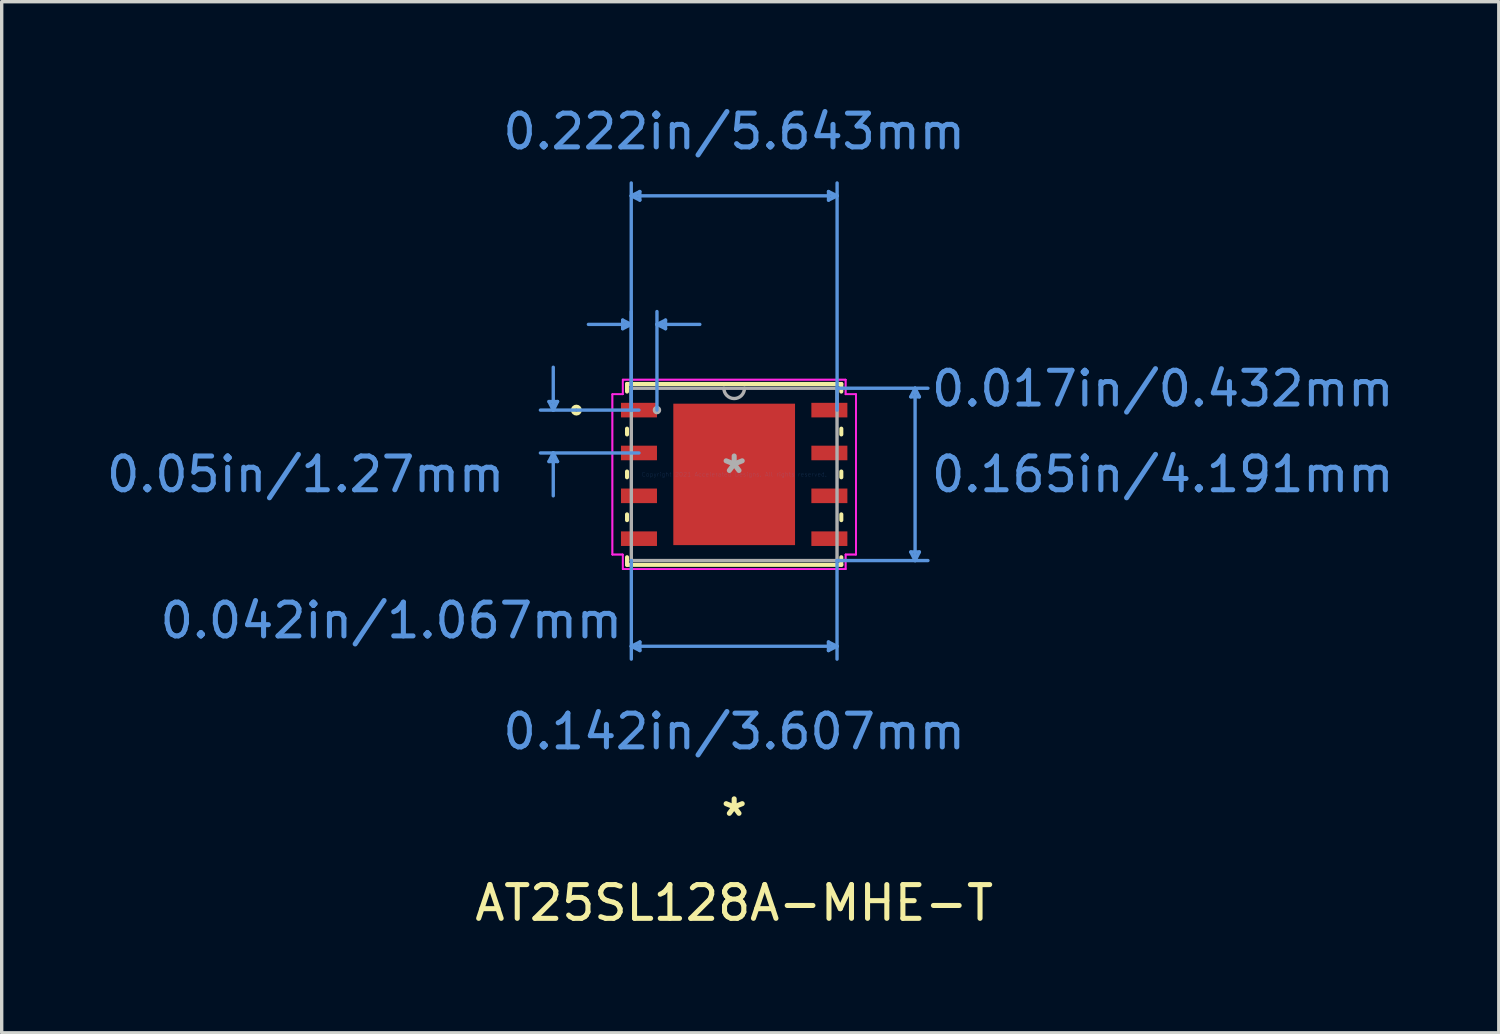
<source format=kicad_pcb>
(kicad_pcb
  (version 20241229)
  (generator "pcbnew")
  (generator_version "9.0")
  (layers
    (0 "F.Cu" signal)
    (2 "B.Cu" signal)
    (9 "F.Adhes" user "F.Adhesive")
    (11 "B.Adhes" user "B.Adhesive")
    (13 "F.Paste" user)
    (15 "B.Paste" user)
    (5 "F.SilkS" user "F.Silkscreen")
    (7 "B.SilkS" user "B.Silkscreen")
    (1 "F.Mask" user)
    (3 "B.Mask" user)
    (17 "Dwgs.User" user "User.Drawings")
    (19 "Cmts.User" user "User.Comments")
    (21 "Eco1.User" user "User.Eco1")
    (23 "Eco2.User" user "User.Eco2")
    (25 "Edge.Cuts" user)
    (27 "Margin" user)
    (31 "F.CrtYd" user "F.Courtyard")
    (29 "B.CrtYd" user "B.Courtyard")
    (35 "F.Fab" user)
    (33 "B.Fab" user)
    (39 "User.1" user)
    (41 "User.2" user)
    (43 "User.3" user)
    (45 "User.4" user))
  (footprint "AT25SL128A-MHE-T"
    (layer "F.Cu")
    (at 18.706 11.008)
    (property "Reference" "AT25SL128A-MHE-T" (at 0 12.7 0) (layer "F.SilkS") (effects (font (size 1 1) (thickness 0.15))))
    (attr through_hole)
    (fp_line (start -3.175 -2.68) (end -3.175 -2.454) (stroke (width 0.12) (type solid)) (layer "F.SilkS"))
    (fp_line (start -3.175 -1.356) (end -3.175 -1.184) (stroke (width 0.12) (type solid)) (layer "F.SilkS"))
    (fp_line (start -3.175 -0.086) (end -3.175 0.086) (stroke (width 0.12) (type solid)) (layer "F.SilkS"))
    (fp_line (start -3.175 1.184) (end -3.175 1.356) (stroke (width 0.12) (type solid)) (layer "F.SilkS"))
    (fp_line (start -3.175 2.454) (end -3.175 2.68) (stroke (width 0.12) (type solid)) (layer "F.SilkS"))
    (fp_line (start -3.175 2.68) (end 3.175 2.68) (stroke (width 0.12) (type solid)) (layer "F.SilkS"))
    (fp_line (start 3.175 -2.68) (end -3.175 -2.68) (stroke (width 0.12) (type solid)) (layer "F.SilkS"))
    (fp_line (start 3.175 -2.454) (end 3.175 -2.68) (stroke (width 0.12) (type solid)) (layer "F.SilkS"))
    (fp_line (start 3.175 -1.184) (end 3.175 -1.356) (stroke (width 0.12) (type solid)) (layer "F.SilkS"))
    (fp_line (start 3.175 0.086) (end 3.175 -0.086) (stroke (width 0.12) (type solid)) (layer "F.SilkS"))
    (fp_line (start 3.175 1.356) (end 3.175 1.184) (stroke (width 0.12) (type solid)) (layer "F.SilkS"))
    (fp_line (start 3.175 2.68) (end 3.175 2.454) (stroke (width 0.12) (type solid)) (layer "F.SilkS"))
    (fp_circle (center -4.676 -1.905) (end -4.574 -1.905) (stroke (width 0.12) (type solid)) (fill no) (layer "F.SilkS"))
    (fp_poly (pts (xy -1.703 -1.996) (xy -1.703 -0.798) (xy -0.1 -0.798) (xy -0.1 -1.996)) (stroke (width 0.1) (type solid)) (fill yes) (layer "F.Paste"))
    (fp_poly (pts (xy -1.703 -0.599) (xy -1.703 0.599) (xy -0.1 0.599) (xy -0.1 -0.599)) (stroke (width 0.1) (type solid)) (fill yes) (layer "F.Paste"))
    (fp_poly (pts (xy -1.703 0.798) (xy -1.703 1.996) (xy -0.1 1.996) (xy -0.1 0.798)) (stroke (width 0.1) (type solid)) (fill yes) (layer "F.Paste"))
    (fp_poly (pts (xy 0.1 -1.996) (xy 0.1 -0.798) (xy 1.703 -0.798) (xy 1.703 -1.996)) (stroke (width 0.1) (type solid)) (fill yes) (layer "F.Paste"))
    (fp_poly (pts (xy 0.1 -0.599) (xy 0.1 0.599) (xy 1.703 0.599) (xy 1.703 -0.599)) (stroke (width 0.1) (type solid)) (fill yes) (layer "F.Paste"))
    (fp_poly (pts (xy 0.1 0.798) (xy 0.1 1.996) (xy 1.703 1.996) (xy 1.703 0.798)) (stroke (width 0.1) (type solid)) (fill yes) (layer "F.Paste"))
    (fp_line (start -5.488 -2.159) (end -5.234 -2.159) (stroke (width 0.1) (type solid)) (layer "Cmts.User"))
    (fp_line (start -5.488 -0.381) (end -5.234 -0.381) (stroke (width 0.1) (type solid)) (layer "Cmts.User"))
    (fp_line (start -5.361 -1.905) (end -5.488 -2.159) (stroke (width 0.1) (type solid)) (layer "Cmts.User"))
    (fp_line (start -5.361 -1.905) (end -5.361 -3.175) (stroke (width 0.1) (type solid)) (layer "Cmts.User"))
    (fp_line (start -5.361 -1.905) (end -5.234 -2.159) (stroke (width 0.1) (type solid)) (layer "Cmts.User"))
    (fp_line (start -5.361 -0.635) (end -5.488 -0.381) (stroke (width 0.1) (type solid)) (layer "Cmts.User"))
    (fp_line (start -5.361 -0.635) (end -5.361 0.635) (stroke (width 0.1) (type solid)) (layer "Cmts.User"))
    (fp_line (start -5.361 -0.635) (end -5.234 -0.381) (stroke (width 0.1) (type solid)) (layer "Cmts.User"))
    (fp_line (start -3.304 -4.572) (end -3.304 -4.318) (stroke (width 0.1) (type solid)) (layer "Cmts.User"))
    (fp_line (start -3.05 -8.255) (end -2.796 -8.382) (stroke (width 0.1) (type solid)) (layer "Cmts.User"))
    (fp_line (start -3.05 -8.255) (end -2.796 -8.128) (stroke (width 0.1) (type solid)) (layer "Cmts.User"))
    (fp_line (start -3.05 -8.255) (end 3.05 -8.255) (stroke (width 0.1) (type solid)) (layer "Cmts.User"))
    (fp_line (start -3.05 -4.445) (end -4.32 -4.445) (stroke (width 0.1) (type solid)) (layer "Cmts.User"))
    (fp_line (start -3.05 -4.445) (end -3.304 -4.572) (stroke (width 0.1) (type solid)) (layer "Cmts.User"))
    (fp_line (start -3.05 -4.445) (end -3.304 -4.318) (stroke (width 0.1) (type solid)) (layer "Cmts.User"))
    (fp_line (start -3.05 -1.905) (end -3.05 -8.636) (stroke (width 0.1) (type solid)) (layer "Cmts.User"))
    (fp_line (start -3.05 -1.905) (end -3.05 -4.826) (stroke (width 0.1) (type solid)) (layer "Cmts.User"))
    (fp_line (start -3.048 2.553) (end -3.048 5.474) (stroke (width 0.1) (type solid)) (layer "Cmts.User"))
    (fp_line (start -3.048 5.093) (end -2.794 4.966) (stroke (width 0.1) (type solid)) (layer "Cmts.User"))
    (fp_line (start -3.048 5.093) (end -2.794 5.22) (stroke (width 0.1) (type solid)) (layer "Cmts.User"))
    (fp_line (start -3.048 5.093) (end 3.048 5.093) (stroke (width 0.1) (type solid)) (layer "Cmts.User"))
    (fp_line (start -2.821 -1.905) (end -5.742 -1.905) (stroke (width 0.1) (type solid)) (layer "Cmts.User"))
    (fp_line (start -2.821 -0.635) (end -5.742 -0.635) (stroke (width 0.1) (type solid)) (layer "Cmts.User"))
    (fp_line (start -2.796 -8.382) (end -2.796 -8.128) (stroke (width 0.1) (type solid)) (layer "Cmts.User"))
    (fp_line (start -2.794 4.966) (end -2.794 5.22) (stroke (width 0.1) (type solid)) (layer "Cmts.User"))
    (fp_line (start -2.288 -4.445) (end -2.034 -4.572) (stroke (width 0.1) (type solid)) (layer "Cmts.User"))
    (fp_line (start -2.288 -4.445) (end -2.034 -4.318) (stroke (width 0.1) (type solid)) (layer "Cmts.User"))
    (fp_line (start -2.288 -4.445) (end -1.018 -4.445) (stroke (width 0.1) (type solid)) (layer "Cmts.User"))
    (fp_line (start -2.288 -1.905) (end -2.288 -4.826) (stroke (width 0.1) (type solid)) (layer "Cmts.User"))
    (fp_line (start -2.034 -4.572) (end -2.034 -4.318) (stroke (width 0.1) (type solid)) (layer "Cmts.User"))
    (fp_line (start 2.794 4.966) (end 2.794 5.22) (stroke (width 0.1) (type solid)) (layer "Cmts.User"))
    (fp_line (start 2.796 -8.382) (end 2.796 -8.128) (stroke (width 0.1) (type solid)) (layer "Cmts.User"))
    (fp_line (start 3.048 -2.553) (end 5.742 -2.553) (stroke (width 0.1) (type solid)) (layer "Cmts.User"))
    (fp_line (start 3.048 2.553) (end 3.048 5.474) (stroke (width 0.1) (type solid)) (layer "Cmts.User"))
    (fp_line (start 3.048 2.553) (end 5.742 2.553) (stroke (width 0.1) (type solid)) (layer "Cmts.User"))
    (fp_line (start 3.048 5.093) (end 2.794 4.966) (stroke (width 0.1) (type solid)) (layer "Cmts.User"))
    (fp_line (start 3.048 5.093) (end 2.794 5.22) (stroke (width 0.1) (type solid)) (layer "Cmts.User"))
    (fp_line (start 3.05 -8.255) (end 2.796 -8.382) (stroke (width 0.1) (type solid)) (layer "Cmts.User"))
    (fp_line (start 3.05 -8.255) (end 2.796 -8.128) (stroke (width 0.1) (type solid)) (layer "Cmts.User"))
    (fp_line (start 3.05 -1.905) (end 3.05 -8.636) (stroke (width 0.1) (type solid)) (layer "Cmts.User"))
    (fp_line (start 5.234 -2.299) (end 5.488 -2.299) (stroke (width 0.1) (type solid)) (layer "Cmts.User"))
    (fp_line (start 5.234 2.299) (end 5.488 2.299) (stroke (width 0.1) (type solid)) (layer "Cmts.User"))
    (fp_line (start 5.361 -2.553) (end 5.234 -2.299) (stroke (width 0.1) (type solid)) (layer "Cmts.User"))
    (fp_line (start 5.361 -2.553) (end 5.361 2.553) (stroke (width 0.1) (type solid)) (layer "Cmts.User"))
    (fp_line (start 5.361 -2.553) (end 5.488 -2.299) (stroke (width 0.1) (type solid)) (layer "Cmts.User"))
    (fp_line (start 5.361 2.553) (end 5.234 2.299) (stroke (width 0.1) (type solid)) (layer "Cmts.User"))
    (fp_line (start 5.361 2.553) (end 5.488 2.299) (stroke (width 0.1) (type solid)) (layer "Cmts.User"))
    (fp_line (start -3.609 -2.375) (end -3.302 -2.375) (stroke (width 0.05) (type solid)) (layer "F.CrtYd"))
    (fp_line (start -3.609 -2.375) (end -3.302 -2.375) (stroke (width 0.05) (type solid)) (layer "F.CrtYd"))
    (fp_line (start -3.609 2.375) (end -3.609 -2.375) (stroke (width 0.05) (type solid)) (layer "F.CrtYd"))
    (fp_line (start -3.609 2.375) (end -3.609 -2.375) (stroke (width 0.05) (type solid)) (layer "F.CrtYd"))
    (fp_line (start -3.609 2.375) (end -3.302 2.375) (stroke (width 0.05) (type solid)) (layer "F.CrtYd"))
    (fp_line (start -3.302 -2.807) (end 3.302 -2.807) (stroke (width 0.05) (type solid)) (layer "F.CrtYd"))
    (fp_line (start -3.302 -2.807) (end 3.302 -2.807) (stroke (width 0.05) (type solid)) (layer "F.CrtYd"))
    (fp_line (start -3.302 -2.375) (end -3.302 -2.807) (stroke (width 0.05) (type solid)) (layer "F.CrtYd"))
    (fp_line (start -3.302 -2.375) (end -3.302 -2.807) (stroke (width 0.05) (type solid)) (layer "F.CrtYd"))
    (fp_line (start -3.302 2.375) (end -3.609 2.375) (stroke (width 0.05) (type solid)) (layer "F.CrtYd"))
    (fp_line (start -3.302 2.807) (end -3.302 2.375) (stroke (width 0.05) (type solid)) (layer "F.CrtYd"))
    (fp_line (start -3.302 2.807) (end -3.302 2.375) (stroke (width 0.05) (type solid)) (layer "F.CrtYd"))
    (fp_line (start 3.302 -2.807) (end 3.302 -2.375) (stroke (width 0.05) (type solid)) (layer "F.CrtYd"))
    (fp_line (start 3.302 -2.807) (end 3.302 -2.375) (stroke (width 0.05) (type solid)) (layer "F.CrtYd"))
    (fp_line (start 3.302 -2.375) (end 3.609 -2.375) (stroke (width 0.05) (type solid)) (layer "F.CrtYd"))
    (fp_line (start 3.302 2.375) (end 3.302 2.807) (stroke (width 0.05) (type solid)) (layer "F.CrtYd"))
    (fp_line (start 3.302 2.375) (end 3.302 2.807) (stroke (width 0.05) (type solid)) (layer "F.CrtYd"))
    (fp_line (start 3.302 2.807) (end -3.302 2.807) (stroke (width 0.05) (type solid)) (layer "F.CrtYd"))
    (fp_line (start 3.302 2.807) (end -3.302 2.807) (stroke (width 0.05) (type solid)) (layer "F.CrtYd"))
    (fp_line (start 3.609 -2.375) (end 3.302 -2.375) (stroke (width 0.05) (type solid)) (layer "F.CrtYd"))
    (fp_line (start 3.609 -2.375) (end 3.609 2.375) (stroke (width 0.05) (type solid)) (layer "F.CrtYd"))
    (fp_line (start 3.609 -2.375) (end 3.609 2.375) (stroke (width 0.05) (type solid)) (layer "F.CrtYd"))
    (fp_line (start 3.609 2.375) (end 3.302 2.375) (stroke (width 0.05) (type solid)) (layer "F.CrtYd"))
    (fp_line (start 3.609 2.375) (end 3.302 2.375) (stroke (width 0.05) (type solid)) (layer "F.CrtYd"))
    (fp_line (start -3.048 -2.553) (end -3.048 2.553) (stroke (width 0.1) (type solid)) (layer "F.Fab"))
    (fp_line (start -3.048 2.553) (end 3.048 2.553) (stroke (width 0.1) (type solid)) (layer "F.Fab"))
    (fp_line (start 3.048 -2.553) (end -3.048 -2.553) (stroke (width 0.1) (type solid)) (layer "F.Fab"))
    (fp_line (start 3.048 2.553) (end 3.048 -2.553) (stroke (width 0.1) (type solid)) (layer "F.Fab"))
    (fp_arc (start 0.3048 -2.5527) (mid 0 -2.2479) (end -0.3048 -2.5527) (stroke (width 0.1) (type solid)) (layer "F.Fab"))
    (fp_circle (center -2.288 -1.905) (end -2.212 -1.905) (stroke (width 0.1) (type solid)) (fill no) (layer "F.Fab"))
    (fp_text user "*" (at 0 10.16 0) (layer "F.SilkS") (effects (font (size 1 1) (thickness 0.15))))
    (fp_text user "0.142in/3.607mm" (at 0 7.62 0) (layer "Cmts.User") (effects (font (size 1 1) (thickness 0.15))))
    (fp_text user "0.042in/1.067mm" (at -10.16 4.331 0) (layer "Cmts.User") (effects (font (size 1 1) (thickness 0.15))))
    (fp_text user "0.017in/0.432mm" (at 12.7 -2.54 0) (layer "Cmts.User") (effects (font (size 1 1) (thickness 0.15))))
    (fp_text user "0.165in/4.191mm" (at 12.7 0 0) (layer "Cmts.User") (effects (font (size 1 1) (thickness 0.15))))
    (fp_text user "0.222in/5.643mm" (at 0 -10.16 0) (layer "Cmts.User") (effects (font (size 1 1) (thickness 0.15))))
    (fp_text user "Copyright 2021 Accelerated Designs. All rights reserved." (at 0 0 0) (layer "Cmts.User") (effects (font (size 0.127 0.127) (thickness 0.002))))
    (fp_text user "0.05in/1.27mm" (at -12.7 0 0) (layer "Cmts.User") (effects (font (size 1 1) (thickness 0.15))))
    (fp_text user "*" (at 0 0 0) (layer "F.Fab") (effects (font (size 1 1) (thickness 0.15))))
    (pad "1" smd rect (at -2.821 -1.905) (size 1.067 0.432) (layers "F.Cu" "F.Mask" "F.Paste"))
    (pad "2" smd rect (at -2.821 -0.635) (size 1.067 0.432) (layers "F.Cu" "F.Mask" "F.Paste"))
    (pad "3" smd rect (at -2.821 0.635) (size 1.067 0.432) (layers "F.Cu" "F.Mask" "F.Paste"))
    (pad "4" smd rect (at -2.821 1.905) (size 1.067 0.432) (layers "F.Cu" "F.Mask" "F.Paste"))
    (pad "5" smd rect (at 2.821 1.905) (size 1.067 0.432) (layers "F.Cu" "F.Mask" "F.Paste"))
    (pad "6" smd rect (at 2.821 0.635) (size 1.067 0.432) (layers "F.Cu" "F.Mask" "F.Paste"))
    (pad "7" smd rect (at 2.821 -0.635) (size 1.067 0.432) (layers "F.Cu" "F.Mask" "F.Paste"))
    (pad "8" smd rect (at 2.821 -1.905) (size 1.067 0.432) (layers "F.Cu" "F.Mask" "F.Paste"))
    (pad "9" smd rect (at 0 0) (size 3.607 4.191) (layers "F.Cu" "F.Mask" "F.Paste")))
  (gr_rect
    (start -3 -3)
    (end 41.364 27.556)
    (stroke (width 0.1) (type default))
    (fill no)
    (layer "Edge.Cuts")))
</source>
